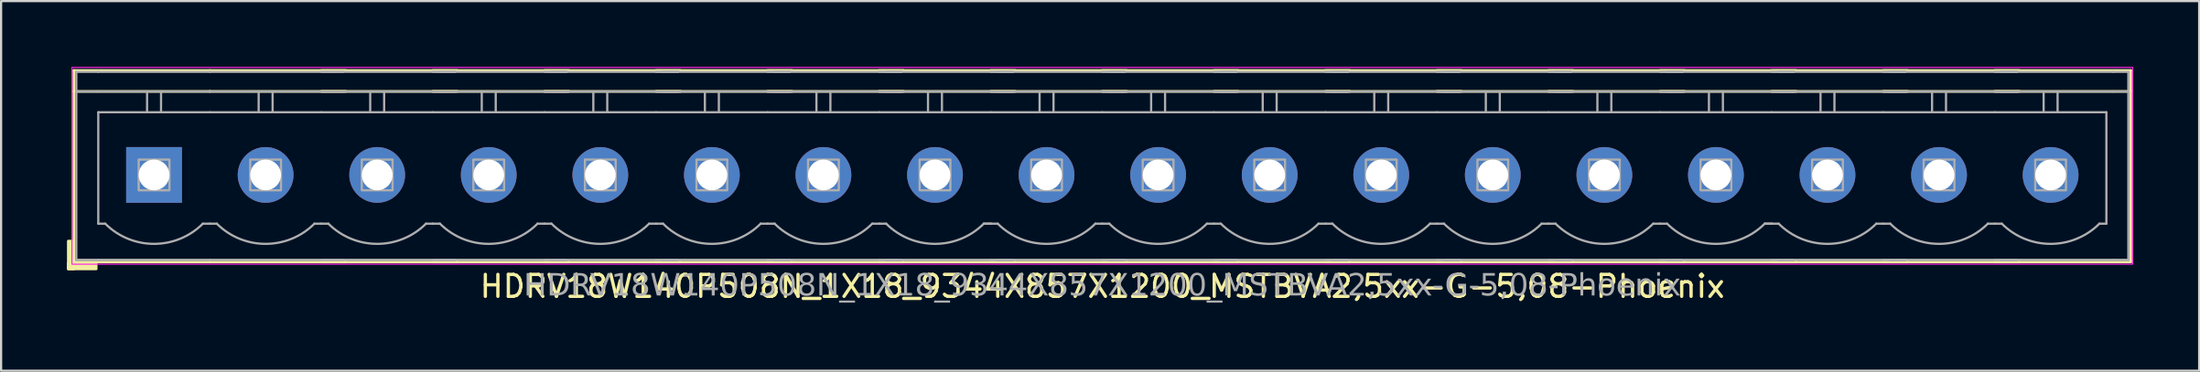
<source format=kicad_pcb>
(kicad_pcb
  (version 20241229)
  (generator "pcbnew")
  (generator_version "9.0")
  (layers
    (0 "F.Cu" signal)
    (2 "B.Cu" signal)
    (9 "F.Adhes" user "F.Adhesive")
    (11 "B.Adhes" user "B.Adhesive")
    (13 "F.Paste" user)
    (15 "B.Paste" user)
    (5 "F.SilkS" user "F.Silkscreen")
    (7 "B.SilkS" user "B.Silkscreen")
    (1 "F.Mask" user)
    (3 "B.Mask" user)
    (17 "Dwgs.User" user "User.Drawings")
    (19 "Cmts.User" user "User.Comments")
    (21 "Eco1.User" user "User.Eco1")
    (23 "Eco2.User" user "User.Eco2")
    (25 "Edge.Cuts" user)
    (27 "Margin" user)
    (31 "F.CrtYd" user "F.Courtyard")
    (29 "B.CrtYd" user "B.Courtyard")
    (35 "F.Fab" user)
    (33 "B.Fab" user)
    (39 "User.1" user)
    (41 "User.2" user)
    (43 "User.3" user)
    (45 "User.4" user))
  (footprint "HDRV18W140P508N_1X18_9344X857X1200_MSTBVA2,5xx-G-5,08-Phoenix"
    (layer "F.Cu")
    (at 47.145 4.925)
    (property "Reference" "HDRV18W140P508N_1X18_9344X857X1200_MSTBVA2,5xx-G-5,08-Phoenix" (at 0 5.08 0) (layer "F.SilkS") (effects (font (size 1 1) (thickness 0.15))))
    (attr through_hole)
    (fp_line (start -46.831 -4.763) (end -46.831 3.969) (stroke (width 0.12) (type solid)) (layer "F.SilkS"))
    (fp_line (start -46.831 -4.763) (end -40.64 -4.763) (stroke (width 0.12) (type solid)) (layer "F.SilkS"))
    (fp_line (start -46.831 -3.81) (end -40.64 -3.81) (stroke (width 0.12) (type solid)) (layer "F.SilkS"))
    (fp_line (start -46.831 3.969) (end -40.64 3.969) (stroke (width 0.12) (type solid)) (layer "F.SilkS"))
    (fp_line (start -34.449 -4.763) (end -40.64 -4.763) (stroke (width 0.12) (type solid)) (layer "F.SilkS"))
    (fp_line (start -34.449 -3.81) (end -40.64 -3.81) (stroke (width 0.12) (type solid)) (layer "F.SilkS"))
    (fp_line (start -34.449 3.969) (end -40.64 3.969) (stroke (width 0.12) (type solid)) (layer "F.SilkS"))
    (fp_line (start -29.369 -4.763) (end -35.56 -4.763) (stroke (width 0.12) (type solid)) (layer "F.SilkS"))
    (fp_line (start -29.369 -3.81) (end -35.56 -3.81) (stroke (width 0.12) (type solid)) (layer "F.SilkS"))
    (fp_line (start -29.369 3.969) (end -35.56 3.969) (stroke (width 0.12) (type solid)) (layer "F.SilkS"))
    (fp_line (start -24.289 -4.763) (end -30.48 -4.763) (stroke (width 0.12) (type solid)) (layer "F.SilkS"))
    (fp_line (start -24.289 -3.81) (end -30.48 -3.81) (stroke (width 0.12) (type solid)) (layer "F.SilkS"))
    (fp_line (start -24.289 3.969) (end -30.48 3.969) (stroke (width 0.12) (type solid)) (layer "F.SilkS"))
    (fp_line (start -19.209 -4.763) (end -25.4 -4.763) (stroke (width 0.12) (type solid)) (layer "F.SilkS"))
    (fp_line (start -19.209 -3.81) (end -25.4 -3.81) (stroke (width 0.12) (type solid)) (layer "F.SilkS"))
    (fp_line (start -19.209 3.969) (end -25.4 3.969) (stroke (width 0.12) (type solid)) (layer "F.SilkS"))
    (fp_line (start -14.129 -4.763) (end -20.32 -4.763) (stroke (width 0.12) (type solid)) (layer "F.SilkS"))
    (fp_line (start -14.129 -3.81) (end -20.32 -3.81) (stroke (width 0.12) (type solid)) (layer "F.SilkS"))
    (fp_line (start -14.129 3.969) (end -20.32 3.969) (stroke (width 0.12) (type solid)) (layer "F.SilkS"))
    (fp_line (start -9.049 -4.763) (end -15.24 -4.763) (stroke (width 0.12) (type solid)) (layer "F.SilkS"))
    (fp_line (start -9.049 -3.81) (end -15.24 -3.81) (stroke (width 0.12) (type solid)) (layer "F.SilkS"))
    (fp_line (start -9.049 3.969) (end -15.24 3.969) (stroke (width 0.12) (type solid)) (layer "F.SilkS"))
    (fp_line (start -3.969 -4.763) (end -10.16 -4.763) (stroke (width 0.12) (type solid)) (layer "F.SilkS"))
    (fp_line (start -3.969 -3.81) (end -10.16 -3.81) (stroke (width 0.12) (type solid)) (layer "F.SilkS"))
    (fp_line (start -3.969 3.969) (end -10.16 3.969) (stroke (width 0.12) (type solid)) (layer "F.SilkS"))
    (fp_line (start 1.111 -4.763) (end -5.08 -4.763) (stroke (width 0.12) (type solid)) (layer "F.SilkS"))
    (fp_line (start 1.111 -3.81) (end -5.08 -3.81) (stroke (width 0.12) (type solid)) (layer "F.SilkS"))
    (fp_line (start 1.111 3.969) (end -5.08 3.969) (stroke (width 0.12) (type solid)) (layer "F.SilkS"))
    (fp_line (start 6.191 -4.763) (end 0 -4.763) (stroke (width 0.12) (type solid)) (layer "F.SilkS"))
    (fp_line (start 6.191 -3.81) (end 0 -3.81) (stroke (width 0.12) (type solid)) (layer "F.SilkS"))
    (fp_line (start 6.191 3.969) (end 0 3.969) (stroke (width 0.12) (type solid)) (layer "F.SilkS"))
    (fp_line (start 11.271 -4.763) (end 5.08 -4.763) (stroke (width 0.12) (type solid)) (layer "F.SilkS"))
    (fp_line (start 11.271 -3.81) (end 5.08 -3.81) (stroke (width 0.12) (type solid)) (layer "F.SilkS"))
    (fp_line (start 11.271 3.969) (end 5.08 3.969) (stroke (width 0.12) (type solid)) (layer "F.SilkS"))
    (fp_line (start 16.351 -4.763) (end 10.16 -4.763) (stroke (width 0.12) (type solid)) (layer "F.SilkS"))
    (fp_line (start 16.351 -3.81) (end 10.16 -3.81) (stroke (width 0.12) (type solid)) (layer "F.SilkS"))
    (fp_line (start 16.351 3.969) (end 10.16 3.969) (stroke (width 0.12) (type solid)) (layer "F.SilkS"))
    (fp_line (start 21.431 -4.763) (end 15.24 -4.763) (stroke (width 0.12) (type solid)) (layer "F.SilkS"))
    (fp_line (start 21.431 -3.81) (end 15.24 -3.81) (stroke (width 0.12) (type solid)) (layer "F.SilkS"))
    (fp_line (start 21.431 3.969) (end 15.24 3.969) (stroke (width 0.12) (type solid)) (layer "F.SilkS"))
    (fp_line (start 26.511 -4.763) (end 20.32 -4.763) (stroke (width 0.12) (type solid)) (layer "F.SilkS"))
    (fp_line (start 26.511 -3.81) (end 20.32 -3.81) (stroke (width 0.12) (type solid)) (layer "F.SilkS"))
    (fp_line (start 26.511 3.969) (end 20.32 3.969) (stroke (width 0.12) (type solid)) (layer "F.SilkS"))
    (fp_line (start 31.591 -4.763) (end 25.4 -4.763) (stroke (width 0.12) (type solid)) (layer "F.SilkS"))
    (fp_line (start 31.591 -3.81) (end 25.4 -3.81) (stroke (width 0.12) (type solid)) (layer "F.SilkS"))
    (fp_line (start 31.591 3.969) (end 25.4 3.969) (stroke (width 0.12) (type solid)) (layer "F.SilkS"))
    (fp_line (start 36.671 -4.763) (end 30.48 -4.763) (stroke (width 0.12) (type solid)) (layer "F.SilkS"))
    (fp_line (start 36.671 -3.81) (end 30.48 -3.81) (stroke (width 0.12) (type solid)) (layer "F.SilkS"))
    (fp_line (start 36.671 3.969) (end 30.48 3.969) (stroke (width 0.12) (type solid)) (layer "F.SilkS"))
    (fp_line (start 41.751 -4.763) (end 35.56 -4.763) (stroke (width 0.12) (type solid)) (layer "F.SilkS"))
    (fp_line (start 41.751 -3.81) (end 35.56 -3.81) (stroke (width 0.12) (type solid)) (layer "F.SilkS"))
    (fp_line (start 41.751 3.969) (end 35.56 3.969) (stroke (width 0.12) (type solid)) (layer "F.SilkS"))
    (fp_line (start 46.831 -4.763) (end 40.64 -4.763) (stroke (width 0.12) (type solid)) (layer "F.SilkS"))
    (fp_line (start 46.831 -4.763) (end 46.831 3.969) (stroke (width 0.12) (type solid)) (layer "F.SilkS"))
    (fp_line (start 46.831 -3.81) (end 40.64 -3.81) (stroke (width 0.12) (type solid)) (layer "F.SilkS"))
    (fp_line (start 46.831 3.969) (end 40.64 3.969) (stroke (width 0.12) (type solid)) (layer "F.SilkS"))
    (fp_rect (start -46.831 3.016) (end -47.085 4.286) (stroke (width 0.12) (type solid)) (fill yes) (layer "F.SilkS"))
    (fp_rect (start -45.815 4.286) (end -47.085 4.032) (stroke (width 0.12) (type solid)) (fill yes) (layer "F.SilkS"))
    (fp_rect (start -46.92 -4.9) (end 46.92 4.07) (stroke (width 0.05) (type default)) (fill no) (layer "F.CrtYd"))
    (fp_line (start -46.72 -4.7) (end -46.72 3.87) (stroke (width 0.1) (type solid)) (layer "F.Fab"))
    (fp_line (start -46.72 -3.8) (end -45.72 -3.8) (stroke (width 0.1) (type solid)) (layer "F.Fab"))
    (fp_line (start -45.72 -4.7) (end -46.72 -4.7) (stroke (width 0.1) (type solid)) (layer "F.Fab"))
    (fp_line (start -45.72 -4.7) (end -40.64 -4.7) (stroke (width 0.1) (type solid)) (layer "F.Fab"))
    (fp_line (start -45.72 -2.858) (end -40.64 -2.858) (stroke (width 0.1) (type default)) (layer "F.Fab"))
    (fp_line (start -45.72 2.222) (end -45.72 -2.858) (stroke (width 0.1) (type default)) (layer "F.Fab"))
    (fp_line (start -45.72 3.87) (end -46.72 3.87) (stroke (width 0.1) (type solid)) (layer "F.Fab"))
    (fp_line (start -45.72 3.87) (end -40.64 3.87) (stroke (width 0.1) (type solid)) (layer "F.Fab"))
    (fp_line (start -45.403 2.222) (end -45.72 2.222) (stroke (width 0.1) (type default)) (layer "F.Fab"))
    (fp_line (start -43.498 -3.8) (end -43.498 -2.858) (stroke (width 0.1) (type default)) (layer "F.Fab"))
    (fp_line (start -42.862 -3.8) (end -42.862 -2.858) (stroke (width 0.1) (type default)) (layer "F.Fab"))
    (fp_line (start -40.64 -4.7) (end -35.242 -4.7) (stroke (width 0.1) (type solid)) (layer "F.Fab"))
    (fp_line (start -40.64 -3.8) (end -45.72 -3.8) (stroke (width 0.1) (type solid)) (layer "F.Fab"))
    (fp_line (start -40.64 -2.858) (end -35.56 -2.858) (stroke (width 0.1) (type default)) (layer "F.Fab"))
    (fp_line (start -40.64 2.222) (end -40.958 2.222) (stroke (width 0.1) (type default)) (layer "F.Fab"))
    (fp_line (start -40.64 3.87) (end -35.242 3.87) (stroke (width 0.1) (type solid)) (layer "F.Fab"))
    (fp_line (start -40.322 2.222) (end -40.64 2.222) (stroke (width 0.1) (type default)) (layer "F.Fab"))
    (fp_line (start -38.417 -3.8) (end -38.417 -2.858) (stroke (width 0.1) (type default)) (layer "F.Fab"))
    (fp_line (start -37.782 -3.8) (end -37.782 -2.858) (stroke (width 0.1) (type default)) (layer "F.Fab"))
    (fp_line (start -35.56 -4.7) (end -30.163 -4.7) (stroke (width 0.1) (type solid)) (layer "F.Fab"))
    (fp_line (start -35.56 -2.858) (end -30.48 -2.858) (stroke (width 0.1) (type default)) (layer "F.Fab"))
    (fp_line (start -35.56 2.222) (end -35.877 2.222) (stroke (width 0.1) (type default)) (layer "F.Fab"))
    (fp_line (start -35.56 3.87) (end -30.163 3.87) (stroke (width 0.1) (type solid)) (layer "F.Fab"))
    (fp_line (start -35.242 -4.7) (end -34.56 -4.7) (stroke (width 0.1) (type solid)) (layer "F.Fab"))
    (fp_line (start -35.242 -3.8) (end -40.64 -3.8) (stroke (width 0.1) (type solid)) (layer "F.Fab"))
    (fp_line (start -35.242 2.222) (end -35.56 2.222) (stroke (width 0.1) (type default)) (layer "F.Fab"))
    (fp_line (start -35.242 3.87) (end -34.56 3.87) (stroke (width 0.1) (type solid)) (layer "F.Fab"))
    (fp_line (start -34.56 -3.8) (end -35.242 -3.8) (stroke (width 0.1) (type solid)) (layer "F.Fab"))
    (fp_line (start -33.337 -3.8) (end -33.337 -2.858) (stroke (width 0.1) (type default)) (layer "F.Fab"))
    (fp_line (start -32.703 -3.8) (end -32.703 -2.858) (stroke (width 0.1) (type default)) (layer "F.Fab"))
    (fp_line (start -30.48 -4.7) (end -25.082 -4.7) (stroke (width 0.1) (type solid)) (layer "F.Fab"))
    (fp_line (start -30.48 -2.858) (end -25.4 -2.858) (stroke (width 0.1) (type default)) (layer "F.Fab"))
    (fp_line (start -30.48 2.222) (end -30.797 2.222) (stroke (width 0.1) (type default)) (layer "F.Fab"))
    (fp_line (start -30.48 3.87) (end -25.082 3.87) (stroke (width 0.1) (type solid)) (layer "F.Fab"))
    (fp_line (start -30.163 -4.7) (end -29.48 -4.7) (stroke (width 0.1) (type solid)) (layer "F.Fab"))
    (fp_line (start -30.163 -4.7) (end -29.48 -4.7) (stroke (width 0.1) (type solid)) (layer "F.Fab"))
    (fp_line (start -30.163 -3.8) (end -35.56 -3.8) (stroke (width 0.1) (type solid)) (layer "F.Fab"))
    (fp_line (start -30.163 2.222) (end -30.48 2.222) (stroke (width 0.1) (type default)) (layer "F.Fab"))
    (fp_line (start -30.163 3.87) (end -29.48 3.87) (stroke (width 0.1) (type solid)) (layer "F.Fab"))
    (fp_line (start -30.163 3.87) (end -29.48 3.87) (stroke (width 0.1) (type solid)) (layer "F.Fab"))
    (fp_line (start -29.48 -3.8) (end -30.163 -3.8) (stroke (width 0.1) (type solid)) (layer "F.Fab"))
    (fp_line (start -29.48 -3.8) (end -30.163 -3.8) (stroke (width 0.1) (type solid)) (layer "F.Fab"))
    (fp_line (start -28.258 -3.8) (end -28.258 -2.858) (stroke (width 0.1) (type default)) (layer "F.Fab"))
    (fp_line (start -27.622 -3.8) (end -27.622 -2.858) (stroke (width 0.1) (type default)) (layer "F.Fab"))
    (fp_line (start -25.4 -4.7) (end -20.003 -4.7) (stroke (width 0.1) (type solid)) (layer "F.Fab"))
    (fp_line (start -25.4 -2.858) (end -20.32 -2.858) (stroke (width 0.1) (type default)) (layer "F.Fab"))
    (fp_line (start -25.4 2.222) (end -25.718 2.222) (stroke (width 0.1) (type default)) (layer "F.Fab"))
    (fp_line (start -25.4 3.87) (end -20.003 3.87) (stroke (width 0.1) (type solid)) (layer "F.Fab"))
    (fp_line (start -25.082 -4.7) (end -24.4 -4.7) (stroke (width 0.1) (type solid)) (layer "F.Fab"))
    (fp_line (start -25.082 -4.7) (end -24.4 -4.7) (stroke (width 0.1) (type solid)) (layer "F.Fab"))
    (fp_line (start -25.082 -4.7) (end -24.4 -4.7) (stroke (width 0.1) (type solid)) (layer "F.Fab"))
    (fp_line (start -25.082 -3.8) (end -30.48 -3.8) (stroke (width 0.1) (type solid)) (layer "F.Fab"))
    (fp_line (start -25.082 2.222) (end -25.4 2.222) (stroke (width 0.1) (type default)) (layer "F.Fab"))
    (fp_line (start -25.082 3.87) (end -24.4 3.87) (stroke (width 0.1) (type solid)) (layer "F.Fab"))
    (fp_line (start -25.082 3.87) (end -24.4 3.87) (stroke (width 0.1) (type solid)) (layer "F.Fab"))
    (fp_line (start -25.082 3.87) (end -24.4 3.87) (stroke (width 0.1) (type solid)) (layer "F.Fab"))
    (fp_line (start -24.4 -3.8) (end -25.082 -3.8) (stroke (width 0.1) (type solid)) (layer "F.Fab"))
    (fp_line (start -24.4 -3.8) (end -25.082 -3.8) (stroke (width 0.1) (type solid)) (layer "F.Fab"))
    (fp_line (start -24.4 -3.8) (end -25.082 -3.8) (stroke (width 0.1) (type solid)) (layer "F.Fab"))
    (fp_line (start -23.177 -3.8) (end -23.177 -2.858) (stroke (width 0.1) (type default)) (layer "F.Fab"))
    (fp_line (start -22.543 -3.8) (end -22.543 -2.858) (stroke (width 0.1) (type default)) (layer "F.Fab"))
    (fp_line (start -20.32 -4.7) (end -14.922 -4.7) (stroke (width 0.1) (type solid)) (layer "F.Fab"))
    (fp_line (start -20.32 -2.858) (end -15.24 -2.858) (stroke (width 0.1) (type default)) (layer "F.Fab"))
    (fp_line (start -20.32 2.222) (end -20.637 2.222) (stroke (width 0.1) (type default)) (layer "F.Fab"))
    (fp_line (start -20.32 3.87) (end -14.922 3.87) (stroke (width 0.1) (type solid)) (layer "F.Fab"))
    (fp_line (start -20.003 -4.7) (end -19.32 -4.7) (stroke (width 0.1) (type solid)) (layer "F.Fab"))
    (fp_line (start -20.003 -4.7) (end -19.32 -4.7) (stroke (width 0.1) (type solid)) (layer "F.Fab"))
    (fp_line (start -20.003 -4.7) (end -19.32 -4.7) (stroke (width 0.1) (type solid)) (layer "F.Fab"))
    (fp_line (start -20.003 -4.7) (end -19.32 -4.7) (stroke (width 0.1) (type solid)) (layer "F.Fab"))
    (fp_line (start -20.003 -3.8) (end -25.4 -3.8) (stroke (width 0.1) (type solid)) (layer "F.Fab"))
    (fp_line (start -20.003 2.222) (end -20.32 2.222) (stroke (width 0.1) (type default)) (layer "F.Fab"))
    (fp_line (start -20.003 3.87) (end -19.32 3.87) (stroke (width 0.1) (type solid)) (layer "F.Fab"))
    (fp_line (start -20.003 3.87) (end -19.32 3.87) (stroke (width 0.1) (type solid)) (layer "F.Fab"))
    (fp_line (start -20.003 3.87) (end -19.32 3.87) (stroke (width 0.1) (type solid)) (layer "F.Fab"))
    (fp_line (start -20.003 3.87) (end -19.32 3.87) (stroke (width 0.1) (type solid)) (layer "F.Fab"))
    (fp_line (start -19.32 -3.8) (end -20.003 -3.8) (stroke (width 0.1) (type solid)) (layer "F.Fab"))
    (fp_line (start -19.32 -3.8) (end -20.003 -3.8) (stroke (width 0.1) (type solid)) (layer "F.Fab"))
    (fp_line (start -19.32 -3.8) (end -20.003 -3.8) (stroke (width 0.1) (type solid)) (layer "F.Fab"))
    (fp_line (start -19.32 -3.8) (end -20.003 -3.8) (stroke (width 0.1) (type solid)) (layer "F.Fab"))
    (fp_line (start -18.098 -3.8) (end -18.098 -2.858) (stroke (width 0.1) (type default)) (layer "F.Fab"))
    (fp_line (start -17.462 -3.8) (end -17.462 -2.858) (stroke (width 0.1) (type default)) (layer "F.Fab"))
    (fp_line (start -15.24 -4.7) (end -9.842 -4.7) (stroke (width 0.1) (type solid)) (layer "F.Fab"))
    (fp_line (start -15.24 -2.858) (end -10.16 -2.858) (stroke (width 0.1) (type default)) (layer "F.Fab"))
    (fp_line (start -15.24 2.222) (end -15.557 2.222) (stroke (width 0.1) (type default)) (layer "F.Fab"))
    (fp_line (start -15.24 3.87) (end -9.842 3.87) (stroke (width 0.1) (type solid)) (layer "F.Fab"))
    (fp_line (start -14.922 -4.7) (end -14.24 -4.7) (stroke (width 0.1) (type solid)) (layer "F.Fab"))
    (fp_line (start -14.922 -4.7) (end -14.24 -4.7) (stroke (width 0.1) (type solid)) (layer "F.Fab"))
    (fp_line (start -14.922 -4.7) (end -14.24 -4.7) (stroke (width 0.1) (type solid)) (layer "F.Fab"))
    (fp_line (start -14.922 -4.7) (end -14.24 -4.7) (stroke (width 0.1) (type solid)) (layer "F.Fab"))
    (fp_line (start -14.922 -4.7) (end -14.24 -4.7) (stroke (width 0.1) (type solid)) (layer "F.Fab"))
    (fp_line (start -14.922 -3.8) (end -20.32 -3.8) (stroke (width 0.1) (type solid)) (layer "F.Fab"))
    (fp_line (start -14.922 2.222) (end -15.24 2.222) (stroke (width 0.1) (type default)) (layer "F.Fab"))
    (fp_line (start -14.922 3.87) (end -14.24 3.87) (stroke (width 0.1) (type solid)) (layer "F.Fab"))
    (fp_line (start -14.922 3.87) (end -14.24 3.87) (stroke (width 0.1) (type solid)) (layer "F.Fab"))
    (fp_line (start -14.922 3.87) (end -14.24 3.87) (stroke (width 0.1) (type solid)) (layer "F.Fab"))
    (fp_line (start -14.922 3.87) (end -14.24 3.87) (stroke (width 0.1) (type solid)) (layer "F.Fab"))
    (fp_line (start -14.922 3.87) (end -14.24 3.87) (stroke (width 0.1) (type solid)) (layer "F.Fab"))
    (fp_line (start -14.24 -3.8) (end -14.922 -3.8) (stroke (width 0.1) (type solid)) (layer "F.Fab"))
    (fp_line (start -14.24 -3.8) (end -14.922 -3.8) (stroke (width 0.1) (type solid)) (layer "F.Fab"))
    (fp_line (start -14.24 -3.8) (end -14.922 -3.8) (stroke (width 0.1) (type solid)) (layer "F.Fab"))
    (fp_line (start -14.24 -3.8) (end -14.922 -3.8) (stroke (width 0.1) (type solid)) (layer "F.Fab"))
    (fp_line (start -14.24 -3.8) (end -14.922 -3.8) (stroke (width 0.1) (type solid)) (layer "F.Fab"))
    (fp_line (start -13.018 -3.8) (end -13.018 -2.858) (stroke (width 0.1) (type default)) (layer "F.Fab"))
    (fp_line (start -12.383 -3.8) (end -12.383 -2.858) (stroke (width 0.1) (type default)) (layer "F.Fab"))
    (fp_line (start -10.16 -4.7) (end -4.763 -4.7) (stroke (width 0.1) (type solid)) (layer "F.Fab"))
    (fp_line (start -10.16 -2.858) (end -5.08 -2.858) (stroke (width 0.1) (type default)) (layer "F.Fab"))
    (fp_line (start -10.16 2.222) (end -10.477 2.222) (stroke (width 0.1) (type default)) (layer "F.Fab"))
    (fp_line (start -10.16 3.87) (end -4.763 3.87) (stroke (width 0.1) (type solid)) (layer "F.Fab"))
    (fp_line (start -9.842 -4.7) (end -9.16 -4.7) (stroke (width 0.1) (type solid)) (layer "F.Fab"))
    (fp_line (start -9.842 -4.7) (end -9.16 -4.7) (stroke (width 0.1) (type solid)) (layer "F.Fab"))
    (fp_line (start -9.842 -4.7) (end -9.16 -4.7) (stroke (width 0.1) (type solid)) (layer "F.Fab"))
    (fp_line (start -9.842 -4.7) (end -9.16 -4.7) (stroke (width 0.1) (type solid)) (layer "F.Fab"))
    (fp_line (start -9.842 -4.7) (end -9.16 -4.7) (stroke (width 0.1) (type solid)) (layer "F.Fab"))
    (fp_line (start -9.842 -4.7) (end -9.16 -4.7) (stroke (width 0.1) (type solid)) (layer "F.Fab"))
    (fp_line (start -9.842 -3.8) (end -15.24 -3.8) (stroke (width 0.1) (type solid)) (layer "F.Fab"))
    (fp_line (start -9.842 2.222) (end -10.16 2.222) (stroke (width 0.1) (type default)) (layer "F.Fab"))
    (fp_line (start -9.842 3.87) (end -9.16 3.87) (stroke (width 0.1) (type solid)) (layer "F.Fab"))
    (fp_line (start -9.842 3.87) (end -9.16 3.87) (stroke (width 0.1) (type solid)) (layer "F.Fab"))
    (fp_line (start -9.842 3.87) (end -9.16 3.87) (stroke (width 0.1) (type solid)) (layer "F.Fab"))
    (fp_line (start -9.842 3.87) (end -9.16 3.87) (stroke (width 0.1) (type solid)) (layer "F.Fab"))
    (fp_line (start -9.842 3.87) (end -9.16 3.87) (stroke (width 0.1) (type solid)) (layer "F.Fab"))
    (fp_line (start -9.842 3.87) (end -9.16 3.87) (stroke (width 0.1) (type solid)) (layer "F.Fab"))
    (fp_line (start -9.16 -3.8) (end -9.842 -3.8) (stroke (width 0.1) (type solid)) (layer "F.Fab"))
    (fp_line (start -9.16 -3.8) (end -9.842 -3.8) (stroke (width 0.1) (type solid)) (layer "F.Fab"))
    (fp_line (start -9.16 -3.8) (end -9.842 -3.8) (stroke (width 0.1) (type solid)) (layer "F.Fab"))
    (fp_line (start -9.16 -3.8) (end -9.842 -3.8) (stroke (width 0.1) (type solid)) (layer "F.Fab"))
    (fp_line (start -9.16 -3.8) (end -9.842 -3.8) (stroke (width 0.1) (type solid)) (layer "F.Fab"))
    (fp_line (start -9.16 -3.8) (end -9.842 -3.8) (stroke (width 0.1) (type solid)) (layer "F.Fab"))
    (fp_line (start -7.938 -3.8) (end -7.938 -2.858) (stroke (width 0.1) (type default)) (layer "F.Fab"))
    (fp_line (start -7.303 -3.8) (end -7.303 -2.858) (stroke (width 0.1) (type default)) (layer "F.Fab"))
    (fp_line (start -5.08 -4.7) (end 0.318 -4.7) (stroke (width 0.1) (type solid)) (layer "F.Fab"))
    (fp_line (start -5.08 -2.858) (end 0 -2.858) (stroke (width 0.1) (type default)) (layer "F.Fab"))
    (fp_line (start -5.08 2.222) (end -5.397 2.222) (stroke (width 0.1) (type default)) (layer "F.Fab"))
    (fp_line (start -5.08 2.222) (end -5.397 2.222) (stroke (width 0.1) (type default)) (layer "F.Fab"))
    (fp_line (start -5.08 3.87) (end 0.318 3.87) (stroke (width 0.1) (type solid)) (layer "F.Fab"))
    (fp_line (start -4.763 -4.7) (end -4.08 -4.7) (stroke (width 0.1) (type solid)) (layer "F.Fab"))
    (fp_line (start -4.763 -4.7) (end -4.08 -4.7) (stroke (width 0.1) (type solid)) (layer "F.Fab"))
    (fp_line (start -4.763 -4.7) (end -4.08 -4.7) (stroke (width 0.1) (type solid)) (layer "F.Fab"))
    (fp_line (start -4.763 -4.7) (end -4.08 -4.7) (stroke (width 0.1) (type solid)) (layer "F.Fab"))
    (fp_line (start -4.763 -4.7) (end -4.08 -4.7) (stroke (width 0.1) (type solid)) (layer "F.Fab"))
    (fp_line (start -4.763 -4.7) (end -4.08 -4.7) (stroke (width 0.1) (type solid)) (layer "F.Fab"))
    (fp_line (start -4.763 -4.7) (end -4.08 -4.7) (stroke (width 0.1) (type solid)) (layer "F.Fab"))
    (fp_line (start -4.763 -3.8) (end -10.16 -3.8) (stroke (width 0.1) (type solid)) (layer "F.Fab"))
    (fp_line (start -4.763 2.222) (end -5.08 2.222) (stroke (width 0.1) (type default)) (layer "F.Fab"))
    (fp_line (start -4.763 3.87) (end -4.08 3.87) (stroke (width 0.1) (type solid)) (layer "F.Fab"))
    (fp_line (start -4.763 3.87) (end -4.08 3.87) (stroke (width 0.1) (type solid)) (layer "F.Fab"))
    (fp_line (start -4.763 3.87) (end -4.08 3.87) (stroke (width 0.1) (type solid)) (layer "F.Fab"))
    (fp_line (start -4.763 3.87) (end -4.08 3.87) (stroke (width 0.1) (type solid)) (layer "F.Fab"))
    (fp_line (start -4.763 3.87) (end -4.08 3.87) (stroke (width 0.1) (type solid)) (layer "F.Fab"))
    (fp_line (start -4.763 3.87) (end -4.08 3.87) (stroke (width 0.1) (type solid)) (layer "F.Fab"))
    (fp_line (start -4.763 3.87) (end -4.08 3.87) (stroke (width 0.1) (type solid)) (layer "F.Fab"))
    (fp_line (start -4.08 -3.8) (end -4.763 -3.8) (stroke (width 0.1) (type solid)) (layer "F.Fab"))
    (fp_line (start -4.08 -3.8) (end -4.763 -3.8) (stroke (width 0.1) (type solid)) (layer "F.Fab"))
    (fp_line (start -4.08 -3.8) (end -4.763 -3.8) (stroke (width 0.1) (type solid)) (layer "F.Fab"))
    (fp_line (start -4.08 -3.8) (end -4.763 -3.8) (stroke (width 0.1) (type solid)) (layer "F.Fab"))
    (fp_line (start -4.08 -3.8) (end -4.763 -3.8) (stroke (width 0.1) (type solid)) (layer "F.Fab"))
    (fp_line (start -4.08 -3.8) (end -4.763 -3.8) (stroke (width 0.1) (type solid)) (layer "F.Fab"))
    (fp_line (start -4.08 -3.8) (end -4.763 -3.8) (stroke (width 0.1) (type solid)) (layer "F.Fab"))
    (fp_line (start -2.857 -3.8) (end -2.857 -2.858) (stroke (width 0.1) (type default)) (layer "F.Fab"))
    (fp_line (start -2.223 -3.8) (end -2.223 -2.858) (stroke (width 0.1) (type default)) (layer "F.Fab"))
    (fp_line (start 0 -4.7) (end 5.397 -4.7) (stroke (width 0.1) (type solid)) (layer "F.Fab"))
    (fp_line (start 0 -2.858) (end 5.08 -2.858) (stroke (width 0.1) (type default)) (layer "F.Fab"))
    (fp_line (start 0 2.222) (end -0.318 2.222) (stroke (width 0.1) (type default)) (layer "F.Fab"))
    (fp_line (start 0 3.87) (end 5.397 3.87) (stroke (width 0.1) (type solid)) (layer "F.Fab"))
    (fp_line (start 0.318 -4.7) (end 1 -4.7) (stroke (width 0.1) (type solid)) (layer "F.Fab"))
    (fp_line (start 0.318 -4.7) (end 1 -4.7) (stroke (width 0.1) (type solid)) (layer "F.Fab"))
    (fp_line (start 0.318 -4.7) (end 1 -4.7) (stroke (width 0.1) (type solid)) (layer "F.Fab"))
    (fp_line (start 0.318 -4.7) (end 1 -4.7) (stroke (width 0.1) (type solid)) (layer "F.Fab"))
    (fp_line (start 0.318 -4.7) (end 1 -4.7) (stroke (width 0.1) (type solid)) (layer "F.Fab"))
    (fp_line (start 0.318 -4.7) (end 1 -4.7) (stroke (width 0.1) (type solid)) (layer "F.Fab"))
    (fp_line (start 0.318 -4.7) (end 1 -4.7) (stroke (width 0.1) (type solid)) (layer "F.Fab"))
    (fp_line (start 0.318 -4.7) (end 1 -4.7) (stroke (width 0.1) (type solid)) (layer "F.Fab"))
    (fp_line (start 0.318 -3.8) (end -5.08 -3.8) (stroke (width 0.1) (type solid)) (layer "F.Fab"))
    (fp_line (start 0.318 2.222) (end 0 2.222) (stroke (width 0.1) (type default)) (layer "F.Fab"))
    (fp_line (start 0.318 3.87) (end 1 3.87) (stroke (width 0.1) (type solid)) (layer "F.Fab"))
    (fp_line (start 0.318 3.87) (end 1 3.87) (stroke (width 0.1) (type solid)) (layer "F.Fab"))
    (fp_line (start 0.318 3.87) (end 1 3.87) (stroke (width 0.1) (type solid)) (layer "F.Fab"))
    (fp_line (start 0.318 3.87) (end 1 3.87) (stroke (width 0.1) (type solid)) (layer "F.Fab"))
    (fp_line (start 0.318 3.87) (end 1 3.87) (stroke (width 0.1) (type solid)) (layer "F.Fab"))
    (fp_line (start 0.318 3.87) (end 1 3.87) (stroke (width 0.1) (type solid)) (layer "F.Fab"))
    (fp_line (start 0.318 3.87) (end 1 3.87) (stroke (width 0.1) (type solid)) (layer "F.Fab"))
    (fp_line (start 0.318 3.87) (end 1 3.87) (stroke (width 0.1) (type solid)) (layer "F.Fab"))
    (fp_line (start 1 -3.8) (end 0.318 -3.8) (stroke (width 0.1) (type solid)) (layer "F.Fab"))
    (fp_line (start 1 -3.8) (end 0.318 -3.8) (stroke (width 0.1) (type solid)) (layer "F.Fab"))
    (fp_line (start 1 -3.8) (end 0.318 -3.8) (stroke (width 0.1) (type solid)) (layer "F.Fab"))
    (fp_line (start 1 -3.8) (end 0.318 -3.8) (stroke (width 0.1) (type solid)) (layer "F.Fab"))
    (fp_line (start 1 -3.8) (end 0.318 -3.8) (stroke (width 0.1) (type solid)) (layer "F.Fab"))
    (fp_line (start 1 -3.8) (end 0.318 -3.8) (stroke (width 0.1) (type solid)) (layer "F.Fab"))
    (fp_line (start 1 -3.8) (end 0.318 -3.8) (stroke (width 0.1) (type solid)) (layer "F.Fab"))
    (fp_line (start 1 -3.8) (end 0.318 -3.8) (stroke (width 0.1) (type solid)) (layer "F.Fab"))
    (fp_line (start 2.223 -3.8) (end 2.223 -2.858) (stroke (width 0.1) (type default)) (layer "F.Fab"))
    (fp_line (start 2.857 -3.8) (end 2.857 -2.858) (stroke (width 0.1) (type default)) (layer "F.Fab"))
    (fp_line (start 5.08 -4.7) (end 10.477 -4.7) (stroke (width 0.1) (type solid)) (layer "F.Fab"))
    (fp_line (start 5.08 -2.858) (end 10.16 -2.858) (stroke (width 0.1) (type default)) (layer "F.Fab"))
    (fp_line (start 5.08 2.222) (end 4.763 2.222) (stroke (width 0.1) (type default)) (layer "F.Fab"))
    (fp_line (start 5.08 3.87) (end 10.477 3.87) (stroke (width 0.1) (type solid)) (layer "F.Fab"))
    (fp_line (start 5.397 -4.7) (end 6.08 -4.7) (stroke (width 0.1) (type solid)) (layer "F.Fab"))
    (fp_line (start 5.397 -4.7) (end 6.08 -4.7) (stroke (width 0.1) (type solid)) (layer "F.Fab"))
    (fp_line (start 5.397 -4.7) (end 6.08 -4.7) (stroke (width 0.1) (type solid)) (layer "F.Fab"))
    (fp_line (start 5.397 -4.7) (end 6.08 -4.7) (stroke (width 0.1) (type solid)) (layer "F.Fab"))
    (fp_line (start 5.397 -4.7) (end 6.08 -4.7) (stroke (width 0.1) (type solid)) (layer "F.Fab"))
    (fp_line (start 5.397 -4.7) (end 6.08 -4.7) (stroke (width 0.1) (type solid)) (layer "F.Fab"))
    (fp_line (start 5.397 -4.7) (end 6.08 -4.7) (stroke (width 0.1) (type solid)) (layer "F.Fab"))
    (fp_line (start 5.397 -4.7) (end 6.08 -4.7) (stroke (width 0.1) (type solid)) (layer "F.Fab"))
    (fp_line (start 5.397 -4.7) (end 6.08 -4.7) (stroke (width 0.1) (type solid)) (layer "F.Fab"))
    (fp_line (start 5.397 -3.8) (end 0 -3.8) (stroke (width 0.1) (type solid)) (layer "F.Fab"))
    (fp_line (start 5.397 2.222) (end 5.08 2.222) (stroke (width 0.1) (type default)) (layer "F.Fab"))
    (fp_line (start 5.397 3.87) (end 6.08 3.87) (stroke (width 0.1) (type solid)) (layer "F.Fab"))
    (fp_line (start 5.397 3.87) (end 6.08 3.87) (stroke (width 0.1) (type solid)) (layer "F.Fab"))
    (fp_line (start 5.397 3.87) (end 6.08 3.87) (stroke (width 0.1) (type solid)) (layer "F.Fab"))
    (fp_line (start 5.397 3.87) (end 6.08 3.87) (stroke (width 0.1) (type solid)) (layer "F.Fab"))
    (fp_line (start 5.397 3.87) (end 6.08 3.87) (stroke (width 0.1) (type solid)) (layer "F.Fab"))
    (fp_line (start 5.397 3.87) (end 6.08 3.87) (stroke (width 0.1) (type solid)) (layer "F.Fab"))
    (fp_line (start 5.397 3.87) (end 6.08 3.87) (stroke (width 0.1) (type solid)) (layer "F.Fab"))
    (fp_line (start 5.397 3.87) (end 6.08 3.87) (stroke (width 0.1) (type solid)) (layer "F.Fab"))
    (fp_line (start 5.397 3.87) (end 6.08 3.87) (stroke (width 0.1) (type solid)) (layer "F.Fab"))
    (fp_line (start 6.08 -3.8) (end 5.397 -3.8) (stroke (width 0.1) (type solid)) (layer "F.Fab"))
    (fp_line (start 6.08 -3.8) (end 5.397 -3.8) (stroke (width 0.1) (type solid)) (layer "F.Fab"))
    (fp_line (start 6.08 -3.8) (end 5.397 -3.8) (stroke (width 0.1) (type solid)) (layer "F.Fab"))
    (fp_line (start 6.08 -3.8) (end 5.397 -3.8) (stroke (width 0.1) (type solid)) (layer "F.Fab"))
    (fp_line (start 6.08 -3.8) (end 5.397 -3.8) (stroke (width 0.1) (type solid)) (layer "F.Fab"))
    (fp_line (start 6.08 -3.8) (end 5.397 -3.8) (stroke (width 0.1) (type solid)) (layer "F.Fab"))
    (fp_line (start 6.08 -3.8) (end 5.397 -3.8) (stroke (width 0.1) (type solid)) (layer "F.Fab"))
    (fp_line (start 6.08 -3.8) (end 5.397 -3.8) (stroke (width 0.1) (type solid)) (layer "F.Fab"))
    (fp_line (start 6.08 -3.8) (end 5.397 -3.8) (stroke (width 0.1) (type solid)) (layer "F.Fab"))
    (fp_line (start 7.303 -3.8) (end 7.303 -2.858) (stroke (width 0.1) (type default)) (layer "F.Fab"))
    (fp_line (start 7.938 -3.8) (end 7.938 -2.858) (stroke (width 0.1) (type default)) (layer "F.Fab"))
    (fp_line (start 10.16 -4.7) (end 15.557 -4.7) (stroke (width 0.1) (type solid)) (layer "F.Fab"))
    (fp_line (start 10.16 -2.858) (end 15.24 -2.858) (stroke (width 0.1) (type default)) (layer "F.Fab"))
    (fp_line (start 10.16 2.222) (end 9.842 2.222) (stroke (width 0.1) (type default)) (layer "F.Fab"))
    (fp_line (start 10.16 3.87) (end 15.557 3.87) (stroke (width 0.1) (type solid)) (layer "F.Fab"))
    (fp_line (start 10.477 -4.7) (end 11.16 -4.7) (stroke (width 0.1) (type solid)) (layer "F.Fab"))
    (fp_line (start 10.477 -4.7) (end 11.16 -4.7) (stroke (width 0.1) (type solid)) (layer "F.Fab"))
    (fp_line (start 10.477 -4.7) (end 11.16 -4.7) (stroke (width 0.1) (type solid)) (layer "F.Fab"))
    (fp_line (start 10.477 -4.7) (end 11.16 -4.7) (stroke (width 0.1) (type solid)) (layer "F.Fab"))
    (fp_line (start 10.477 -4.7) (end 11.16 -4.7) (stroke (width 0.1) (type solid)) (layer "F.Fab"))
    (fp_line (start 10.477 -4.7) (end 11.16 -4.7) (stroke (width 0.1) (type solid)) (layer "F.Fab"))
    (fp_line (start 10.477 -4.7) (end 11.16 -4.7) (stroke (width 0.1) (type solid)) (layer "F.Fab"))
    (fp_line (start 10.477 -4.7) (end 11.16 -4.7) (stroke (width 0.1) (type solid)) (layer "F.Fab"))
    (fp_line (start 10.477 -4.7) (end 11.16 -4.7) (stroke (width 0.1) (type solid)) (layer "F.Fab"))
    (fp_line (start 10.477 -4.7) (end 11.16 -4.7) (stroke (width 0.1) (type solid)) (layer "F.Fab"))
    (fp_line (start 10.477 -3.8) (end 5.08 -3.8) (stroke (width 0.1) (type solid)) (layer "F.Fab"))
    (fp_line (start 10.477 2.222) (end 10.16 2.222) (stroke (width 0.1) (type default)) (layer "F.Fab"))
    (fp_line (start 10.477 3.87) (end 11.16 3.87) (stroke (width 0.1) (type solid)) (layer "F.Fab"))
    (fp_line (start 10.477 3.87) (end 11.16 3.87) (stroke (width 0.1) (type solid)) (layer "F.Fab"))
    (fp_line (start 10.477 3.87) (end 11.16 3.87) (stroke (width 0.1) (type solid)) (layer "F.Fab"))
    (fp_line (start 10.477 3.87) (end 11.16 3.87) (stroke (width 0.1) (type solid)) (layer "F.Fab"))
    (fp_line (start 10.477 3.87) (end 11.16 3.87) (stroke (width 0.1) (type solid)) (layer "F.Fab"))
    (fp_line (start 10.477 3.87) (end 11.16 3.87) (stroke (width 0.1) (type solid)) (layer "F.Fab"))
    (fp_line (start 10.477 3.87) (end 11.16 3.87) (stroke (width 0.1) (type solid)) (layer "F.Fab"))
    (fp_line (start 10.477 3.87) (end 11.16 3.87) (stroke (width 0.1) (type solid)) (layer "F.Fab"))
    (fp_line (start 10.477 3.87) (end 11.16 3.87) (stroke (width 0.1) (type solid)) (layer "F.Fab"))
    (fp_line (start 10.477 3.87) (end 11.16 3.87) (stroke (width 0.1) (type solid)) (layer "F.Fab"))
    (fp_line (start 11.16 -3.8) (end 10.477 -3.8) (stroke (width 0.1) (type solid)) (layer "F.Fab"))
    (fp_line (start 11.16 -3.8) (end 10.477 -3.8) (stroke (width 0.1) (type solid)) (layer "F.Fab"))
    (fp_line (start 11.16 -3.8) (end 10.477 -3.8) (stroke (width 0.1) (type solid)) (layer "F.Fab"))
    (fp_line (start 11.16 -3.8) (end 10.477 -3.8) (stroke (width 0.1) (type solid)) (layer "F.Fab"))
    (fp_line (start 11.16 -3.8) (end 10.477 -3.8) (stroke (width 0.1) (type solid)) (layer "F.Fab"))
    (fp_line (start 11.16 -3.8) (end 10.477 -3.8) (stroke (width 0.1) (type solid)) (layer "F.Fab"))
    (fp_line (start 11.16 -3.8) (end 10.477 -3.8) (stroke (width 0.1) (type solid)) (layer "F.Fab"))
    (fp_line (start 11.16 -3.8) (end 10.477 -3.8) (stroke (width 0.1) (type solid)) (layer "F.Fab"))
    (fp_line (start 11.16 -3.8) (end 10.477 -3.8) (stroke (width 0.1) (type solid)) (layer "F.Fab"))
    (fp_line (start 11.16 -3.8) (end 10.477 -3.8) (stroke (width 0.1) (type solid)) (layer "F.Fab"))
    (fp_line (start 12.383 -3.8) (end 12.383 -2.858) (stroke (width 0.1) (type default)) (layer "F.Fab"))
    (fp_line (start 13.018 -3.8) (end 13.018 -2.858) (stroke (width 0.1) (type default)) (layer "F.Fab"))
    (fp_line (start 15.24 -4.7) (end 20.637 -4.7) (stroke (width 0.1) (type solid)) (layer "F.Fab"))
    (fp_line (start 15.24 -2.858) (end 20.32 -2.858) (stroke (width 0.1) (type default)) (layer "F.Fab"))
    (fp_line (start 15.24 2.222) (end 14.922 2.222) (stroke (width 0.1) (type default)) (layer "F.Fab"))
    (fp_line (start 15.24 3.87) (end 20.637 3.87) (stroke (width 0.1) (type solid)) (layer "F.Fab"))
    (fp_line (start 15.557 -4.7) (end 16.24 -4.7) (stroke (width 0.1) (type solid)) (layer "F.Fab"))
    (fp_line (start 15.557 -4.7) (end 16.24 -4.7) (stroke (width 0.1) (type solid)) (layer "F.Fab"))
    (fp_line (start 15.557 -4.7) (end 16.24 -4.7) (stroke (width 0.1) (type solid)) (layer "F.Fab"))
    (fp_line (start 15.557 -4.7) (end 16.24 -4.7) (stroke (width 0.1) (type solid)) (layer "F.Fab"))
    (fp_line (start 15.557 -4.7) (end 16.24 -4.7) (stroke (width 0.1) (type solid)) (layer "F.Fab"))
    (fp_line (start 15.557 -4.7) (end 16.24 -4.7) (stroke (width 0.1) (type solid)) (layer "F.Fab"))
    (fp_line (start 15.557 -4.7) (end 16.24 -4.7) (stroke (width 0.1) (type solid)) (layer "F.Fab"))
    (fp_line (start 15.557 -4.7) (end 16.24 -4.7) (stroke (width 0.1) (type solid)) (layer "F.Fab"))
    (fp_line (start 15.557 -4.7) (end 16.24 -4.7) (stroke (width 0.1) (type solid)) (layer "F.Fab"))
    (fp_line (start 15.557 -4.7) (end 16.24 -4.7) (stroke (width 0.1) (type solid)) (layer "F.Fab"))
    (fp_line (start 15.557 -4.7) (end 16.24 -4.7) (stroke (width 0.1) (type solid)) (layer "F.Fab"))
    (fp_line (start 15.557 -3.8) (end 10.16 -3.8) (stroke (width 0.1) (type solid)) (layer "F.Fab"))
    (fp_line (start 15.557 2.222) (end 15.24 2.222) (stroke (width 0.1) (type default)) (layer "F.Fab"))
    (fp_line (start 15.557 3.87) (end 16.24 3.87) (stroke (width 0.1) (type solid)) (layer "F.Fab"))
    (fp_line (start 15.557 3.87) (end 16.24 3.87) (stroke (width 0.1) (type solid)) (layer "F.Fab"))
    (fp_line (start 15.557 3.87) (end 16.24 3.87) (stroke (width 0.1) (type solid)) (layer "F.Fab"))
    (fp_line (start 15.557 3.87) (end 16.24 3.87) (stroke (width 0.1) (type solid)) (layer "F.Fab"))
    (fp_line (start 15.557 3.87) (end 16.24 3.87) (stroke (width 0.1) (type solid)) (layer "F.Fab"))
    (fp_line (start 15.557 3.87) (end 16.24 3.87) (stroke (width 0.1) (type solid)) (layer "F.Fab"))
    (fp_line (start 15.557 3.87) (end 16.24 3.87) (stroke (width 0.1) (type solid)) (layer "F.Fab"))
    (fp_line (start 15.557 3.87) (end 16.24 3.87) (stroke (width 0.1) (type solid)) (layer "F.Fab"))
    (fp_line (start 15.557 3.87) (end 16.24 3.87) (stroke (width 0.1) (type solid)) (layer "F.Fab"))
    (fp_line (start 15.557 3.87) (end 16.24 3.87) (stroke (width 0.1) (type solid)) (layer "F.Fab"))
    (fp_line (start 15.557 3.87) (end 16.24 3.87) (stroke (width 0.1) (type solid)) (layer "F.Fab"))
    (fp_line (start 16.24 -3.8) (end 15.557 -3.8) (stroke (width 0.1) (type solid)) (layer "F.Fab"))
    (fp_line (start 16.24 -3.8) (end 15.557 -3.8) (stroke (width 0.1) (type solid)) (layer "F.Fab"))
    (fp_line (start 16.24 -3.8) (end 15.557 -3.8) (stroke (width 0.1) (type solid)) (layer "F.Fab"))
    (fp_line (start 16.24 -3.8) (end 15.557 -3.8) (stroke (width 0.1) (type solid)) (layer "F.Fab"))
    (fp_line (start 16.24 -3.8) (end 15.557 -3.8) (stroke (width 0.1) (type solid)) (layer "F.Fab"))
    (fp_line (start 16.24 -3.8) (end 15.557 -3.8) (stroke (width 0.1) (type solid)) (layer "F.Fab"))
    (fp_line (start 16.24 -3.8) (end 15.557 -3.8) (stroke (width 0.1) (type solid)) (layer "F.Fab"))
    (fp_line (start 16.24 -3.8) (end 15.557 -3.8) (stroke (width 0.1) (type solid)) (layer "F.Fab"))
    (fp_line (start 16.24 -3.8) (end 15.557 -3.8) (stroke (width 0.1) (type solid)) (layer "F.Fab"))
    (fp_line (start 16.24 -3.8) (end 15.557 -3.8) (stroke (width 0.1) (type solid)) (layer "F.Fab"))
    (fp_line (start 16.24 -3.8) (end 15.557 -3.8) (stroke (width 0.1) (type solid)) (layer "F.Fab"))
    (fp_line (start 17.462 -3.8) (end 17.462 -2.858) (stroke (width 0.1) (type default)) (layer "F.Fab"))
    (fp_line (start 18.098 -3.8) (end 18.098 -2.858) (stroke (width 0.1) (type default)) (layer "F.Fab"))
    (fp_line (start 20.32 -4.7) (end 25.718 -4.7) (stroke (width 0.1) (type solid)) (layer "F.Fab"))
    (fp_line (start 20.32 -2.858) (end 25.4 -2.858) (stroke (width 0.1) (type default)) (layer "F.Fab"))
    (fp_line (start 20.32 2.222) (end 20.003 2.222) (stroke (width 0.1) (type default)) (layer "F.Fab"))
    (fp_line (start 20.32 3.87) (end 25.718 3.87) (stroke (width 0.1) (type solid)) (layer "F.Fab"))
    (fp_line (start 20.637 -4.7) (end 21.32 -4.7) (stroke (width 0.1) (type solid)) (layer "F.Fab"))
    (fp_line (start 20.637 -4.7) (end 21.32 -4.7) (stroke (width 0.1) (type solid)) (layer "F.Fab"))
    (fp_line (start 20.637 -4.7) (end 21.32 -4.7) (stroke (width 0.1) (type solid)) (layer "F.Fab"))
    (fp_line (start 20.637 -4.7) (end 21.32 -4.7) (stroke (width 0.1) (type solid)) (layer "F.Fab"))
    (fp_line (start 20.637 -4.7) (end 21.32 -4.7) (stroke (width 0.1) (type solid)) (layer "F.Fab"))
    (fp_line (start 20.637 -4.7) (end 21.32 -4.7) (stroke (width 0.1) (type solid)) (layer "F.Fab"))
    (fp_line (start 20.637 -4.7) (end 21.32 -4.7) (stroke (width 0.1) (type solid)) (layer "F.Fab"))
    (fp_line (start 20.637 -4.7) (end 21.32 -4.7) (stroke (width 0.1) (type solid)) (layer "F.Fab"))
    (fp_line (start 20.637 -4.7) (end 21.32 -4.7) (stroke (width 0.1) (type solid)) (layer "F.Fab"))
    (fp_line (start 20.637 -4.7) (end 21.32 -4.7) (stroke (width 0.1) (type solid)) (layer "F.Fab"))
    (fp_line (start 20.637 -4.7) (end 21.32 -4.7) (stroke (width 0.1) (type solid)) (layer "F.Fab"))
    (fp_line (start 20.637 -4.7) (end 21.32 -4.7) (stroke (width 0.1) (type solid)) (layer "F.Fab"))
    (fp_line (start 20.637 -3.8) (end 15.24 -3.8) (stroke (width 0.1) (type solid)) (layer "F.Fab"))
    (fp_line (start 20.637 2.222) (end 20.32 2.222) (stroke (width 0.1) (type default)) (layer "F.Fab"))
    (fp_line (start 20.637 3.87) (end 21.32 3.87) (stroke (width 0.1) (type solid)) (layer "F.Fab"))
    (fp_line (start 20.637 3.87) (end 21.32 3.87) (stroke (width 0.1) (type solid)) (layer "F.Fab"))
    (fp_line (start 20.637 3.87) (end 21.32 3.87) (stroke (width 0.1) (type solid)) (layer "F.Fab"))
    (fp_line (start 20.637 3.87) (end 21.32 3.87) (stroke (width 0.1) (type solid)) (layer "F.Fab"))
    (fp_line (start 20.637 3.87) (end 21.32 3.87) (stroke (width 0.1) (type solid)) (layer "F.Fab"))
    (fp_line (start 20.637 3.87) (end 21.32 3.87) (stroke (width 0.1) (type solid)) (layer "F.Fab"))
    (fp_line (start 20.637 3.87) (end 21.32 3.87) (stroke (width 0.1) (type solid)) (layer "F.Fab"))
    (fp_line (start 20.637 3.87) (end 21.32 3.87) (stroke (width 0.1) (type solid)) (layer "F.Fab"))
    (fp_line (start 20.637 3.87) (end 21.32 3.87) (stroke (width 0.1) (type solid)) (layer "F.Fab"))
    (fp_line (start 20.637 3.87) (end 21.32 3.87) (stroke (width 0.1) (type solid)) (layer "F.Fab"))
    (fp_line (start 20.637 3.87) (end 21.32 3.87) (stroke (width 0.1) (type solid)) (layer "F.Fab"))
    (fp_line (start 20.637 3.87) (end 21.32 3.87) (stroke (width 0.1) (type solid)) (layer "F.Fab"))
    (fp_line (start 21.32 -3.8) (end 20.637 -3.8) (stroke (width 0.1) (type solid)) (layer "F.Fab"))
    (fp_line (start 21.32 -3.8) (end 20.637 -3.8) (stroke (width 0.1) (type solid)) (layer "F.Fab"))
    (fp_line (start 21.32 -3.8) (end 20.637 -3.8) (stroke (width 0.1) (type solid)) (layer "F.Fab"))
    (fp_line (start 21.32 -3.8) (end 20.637 -3.8) (stroke (width 0.1) (type solid)) (layer "F.Fab"))
    (fp_line (start 21.32 -3.8) (end 20.637 -3.8) (stroke (width 0.1) (type solid)) (layer "F.Fab"))
    (fp_line (start 21.32 -3.8) (end 20.637 -3.8) (stroke (width 0.1) (type solid)) (layer "F.Fab"))
    (fp_line (start 21.32 -3.8) (end 20.637 -3.8) (stroke (width 0.1) (type solid)) (layer "F.Fab"))
    (fp_line (start 21.32 -3.8) (end 20.637 -3.8) (stroke (width 0.1) (type solid)) (layer "F.Fab"))
    (fp_line (start 21.32 -3.8) (end 20.637 -3.8) (stroke (width 0.1) (type solid)) (layer "F.Fab"))
    (fp_line (start 21.32 -3.8) (end 20.637 -3.8) (stroke (width 0.1) (type solid)) (layer "F.Fab"))
    (fp_line (start 21.32 -3.8) (end 20.637 -3.8) (stroke (width 0.1) (type solid)) (layer "F.Fab"))
    (fp_line (start 21.32 -3.8) (end 20.637 -3.8) (stroke (width 0.1) (type solid)) (layer "F.Fab"))
    (fp_line (start 22.543 -3.8) (end 22.543 -2.858) (stroke (width 0.1) (type default)) (layer "F.Fab"))
    (fp_line (start 23.177 -3.8) (end 23.177 -2.858) (stroke (width 0.1) (type default)) (layer "F.Fab"))
    (fp_line (start 25.4 -4.7) (end 30.797 -4.7) (stroke (width 0.1) (type solid)) (layer "F.Fab"))
    (fp_line (start 25.4 -2.858) (end 30.48 -2.858) (stroke (width 0.1) (type default)) (layer "F.Fab"))
    (fp_line (start 25.4 2.222) (end 25.082 2.222) (stroke (width 0.1) (type default)) (layer "F.Fab"))
    (fp_line (start 25.4 3.87) (end 30.797 3.87) (stroke (width 0.1) (type solid)) (layer "F.Fab"))
    (fp_line (start 25.718 -4.7) (end 26.4 -4.7) (stroke (width 0.1) (type solid)) (layer "F.Fab"))
    (fp_line (start 25.718 -4.7) (end 26.4 -4.7) (stroke (width 0.1) (type solid)) (layer "F.Fab"))
    (fp_line (start 25.718 -4.7) (end 26.4 -4.7) (stroke (width 0.1) (type solid)) (layer "F.Fab"))
    (fp_line (start 25.718 -4.7) (end 26.4 -4.7) (stroke (width 0.1) (type solid)) (layer "F.Fab"))
    (fp_line (start 25.718 -4.7) (end 26.4 -4.7) (stroke (width 0.1) (type solid)) (layer "F.Fab"))
    (fp_line (start 25.718 -4.7) (end 26.4 -4.7) (stroke (width 0.1) (type solid)) (layer "F.Fab"))
    (fp_line (start 25.718 -4.7) (end 26.4 -4.7) (stroke (width 0.1) (type solid)) (layer "F.Fab"))
    (fp_line (start 25.718 -4.7) (end 26.4 -4.7) (stroke (width 0.1) (type solid)) (layer "F.Fab"))
    (fp_line (start 25.718 -4.7) (end 26.4 -4.7) (stroke (width 0.1) (type solid)) (layer "F.Fab"))
    (fp_line (start 25.718 -4.7) (end 26.4 -4.7) (stroke (width 0.1) (type solid)) (layer "F.Fab"))
    (fp_line (start 25.718 -4.7) (end 26.4 -4.7) (stroke (width 0.1) (type solid)) (layer "F.Fab"))
    (fp_line (start 25.718 -4.7) (end 26.4 -4.7) (stroke (width 0.1) (type solid)) (layer "F.Fab"))
    (fp_line (start 25.718 -4.7) (end 26.4 -4.7) (stroke (width 0.1) (type solid)) (layer "F.Fab"))
    (fp_line (start 25.718 -3.8) (end 20.32 -3.8) (stroke (width 0.1) (type solid)) (layer "F.Fab"))
    (fp_line (start 25.718 2.222) (end 25.4 2.222) (stroke (width 0.1) (type default)) (layer "F.Fab"))
    (fp_line (start 25.718 3.87) (end 26.4 3.87) (stroke (width 0.1) (type solid)) (layer "F.Fab"))
    (fp_line (start 25.718 3.87) (end 26.4 3.87) (stroke (width 0.1) (type solid)) (layer "F.Fab"))
    (fp_line (start 25.718 3.87) (end 26.4 3.87) (stroke (width 0.1) (type solid)) (layer "F.Fab"))
    (fp_line (start 25.718 3.87) (end 26.4 3.87) (stroke (width 0.1) (type solid)) (layer "F.Fab"))
    (fp_line (start 25.718 3.87) (end 26.4 3.87) (stroke (width 0.1) (type solid)) (layer "F.Fab"))
    (fp_line (start 25.718 3.87) (end 26.4 3.87) (stroke (width 0.1) (type solid)) (layer "F.Fab"))
    (fp_line (start 25.718 3.87) (end 26.4 3.87) (stroke (width 0.1) (type solid)) (layer "F.Fab"))
    (fp_line (start 25.718 3.87) (end 26.4 3.87) (stroke (width 0.1) (type solid)) (layer "F.Fab"))
    (fp_line (start 25.718 3.87) (end 26.4 3.87) (stroke (width 0.1) (type solid)) (layer "F.Fab"))
    (fp_line (start 25.718 3.87) (end 26.4 3.87) (stroke (width 0.1) (type solid)) (layer "F.Fab"))
    (fp_line (start 25.718 3.87) (end 26.4 3.87) (stroke (width 0.1) (type solid)) (layer "F.Fab"))
    (fp_line (start 25.718 3.87) (end 26.4 3.87) (stroke (width 0.1) (type solid)) (layer "F.Fab"))
    (fp_line (start 25.718 3.87) (end 26.4 3.87) (stroke (width 0.1) (type solid)) (layer "F.Fab"))
    (fp_line (start 26.4 -3.8) (end 25.718 -3.8) (stroke (width 0.1) (type solid)) (layer "F.Fab"))
    (fp_line (start 26.4 -3.8) (end 25.718 -3.8) (stroke (width 0.1) (type solid)) (layer "F.Fab"))
    (fp_line (start 26.4 -3.8) (end 25.718 -3.8) (stroke (width 0.1) (type solid)) (layer "F.Fab"))
    (fp_line (start 26.4 -3.8) (end 25.718 -3.8) (stroke (width 0.1) (type solid)) (layer "F.Fab"))
    (fp_line (start 26.4 -3.8) (end 25.718 -3.8) (stroke (width 0.1) (type solid)) (layer "F.Fab"))
    (fp_line (start 26.4 -3.8) (end 25.718 -3.8) (stroke (width 0.1) (type solid)) (layer "F.Fab"))
    (fp_line (start 26.4 -3.8) (end 25.718 -3.8) (stroke (width 0.1) (type solid)) (layer "F.Fab"))
    (fp_line (start 26.4 -3.8) (end 25.718 -3.8) (stroke (width 0.1) (type solid)) (layer "F.Fab"))
    (fp_line (start 26.4 -3.8) (end 25.718 -3.8) (stroke (width 0.1) (type solid)) (layer "F.Fab"))
    (fp_line (start 26.4 -3.8) (end 25.718 -3.8) (stroke (width 0.1) (type solid)) (layer "F.Fab"))
    (fp_line (start 26.4 -3.8) (end 25.718 -3.8) (stroke (width 0.1) (type solid)) (layer "F.Fab"))
    (fp_line (start 26.4 -3.8) (end 25.718 -3.8) (stroke (width 0.1) (type solid)) (layer "F.Fab"))
    (fp_line (start 26.4 -3.8) (end 25.718 -3.8) (stroke (width 0.1) (type solid)) (layer "F.Fab"))
    (fp_line (start 27.622 -3.8) (end 27.622 -2.858) (stroke (width 0.1) (type default)) (layer "F.Fab"))
    (fp_line (start 28.258 -3.8) (end 28.258 -2.858) (stroke (width 0.1) (type default)) (layer "F.Fab"))
    (fp_line (start 30.48 -4.7) (end 35.877 -4.7) (stroke (width 0.1) (type solid)) (layer "F.Fab"))
    (fp_line (start 30.48 -2.858) (end 35.56 -2.858) (stroke (width 0.1) (type default)) (layer "F.Fab"))
    (fp_line (start 30.48 2.222) (end 30.163 2.222) (stroke (width 0.1) (type default)) (layer "F.Fab"))
    (fp_line (start 30.48 2.222) (end 30.163 2.222) (stroke (width 0.1) (type default)) (layer "F.Fab"))
    (fp_line (start 30.48 3.87) (end 35.877 3.87) (stroke (width 0.1) (type solid)) (layer "F.Fab"))
    (fp_line (start 30.797 -4.7) (end 31.48 -4.7) (stroke (width 0.1) (type solid)) (layer "F.Fab"))
    (fp_line (start 30.797 -4.7) (end 31.48 -4.7) (stroke (width 0.1) (type solid)) (layer "F.Fab"))
    (fp_line (start 30.797 -4.7) (end 31.48 -4.7) (stroke (width 0.1) (type solid)) (layer "F.Fab"))
    (fp_line (start 30.797 -4.7) (end 31.48 -4.7) (stroke (width 0.1) (type solid)) (layer "F.Fab"))
    (fp_line (start 30.797 -4.7) (end 31.48 -4.7) (stroke (width 0.1) (type solid)) (layer "F.Fab"))
    (fp_line (start 30.797 -4.7) (end 31.48 -4.7) (stroke (width 0.1) (type solid)) (layer "F.Fab"))
    (fp_line (start 30.797 -4.7) (end 31.48 -4.7) (stroke (width 0.1) (type solid)) (layer "F.Fab"))
    (fp_line (start 30.797 -4.7) (end 31.48 -4.7) (stroke (width 0.1) (type solid)) (layer "F.Fab"))
    (fp_line (start 30.797 -4.7) (end 31.48 -4.7) (stroke (width 0.1) (type solid)) (layer "F.Fab"))
    (fp_line (start 30.797 -4.7) (end 31.48 -4.7) (stroke (width 0.1) (type solid)) (layer "F.Fab"))
    (fp_line (start 30.797 -4.7) (end 31.48 -4.7) (stroke (width 0.1) (type solid)) (layer "F.Fab"))
    (fp_line (start 30.797 -4.7) (end 31.48 -4.7) (stroke (width 0.1) (type solid)) (layer "F.Fab"))
    (fp_line (start 30.797 -4.7) (end 31.48 -4.7) (stroke (width 0.1) (type solid)) (layer "F.Fab"))
    (fp_line (start 30.797 -4.7) (end 31.48 -4.7) (stroke (width 0.1) (type solid)) (layer "F.Fab"))
    (fp_line (start 30.797 -3.8) (end 25.4 -3.8) (stroke (width 0.1) (type solid)) (layer "F.Fab"))
    (fp_line (start 30.797 2.222) (end 30.48 2.222) (stroke (width 0.1) (type default)) (layer "F.Fab"))
    (fp_line (start 30.797 3.87) (end 31.48 3.87) (stroke (width 0.1) (type solid)) (layer "F.Fab"))
    (fp_line (start 30.797 3.87) (end 31.48 3.87) (stroke (width 0.1) (type solid)) (layer "F.Fab"))
    (fp_line (start 30.797 3.87) (end 31.48 3.87) (stroke (width 0.1) (type solid)) (layer "F.Fab"))
    (fp_line (start 30.797 3.87) (end 31.48 3.87) (stroke (width 0.1) (type solid)) (layer "F.Fab"))
    (fp_line (start 30.797 3.87) (end 31.48 3.87) (stroke (width 0.1) (type solid)) (layer "F.Fab"))
    (fp_line (start 30.797 3.87) (end 31.48 3.87) (stroke (width 0.1) (type solid)) (layer "F.Fab"))
    (fp_line (start 30.797 3.87) (end 31.48 3.87) (stroke (width 0.1) (type solid)) (layer "F.Fab"))
    (fp_line (start 30.797 3.87) (end 31.48 3.87) (stroke (width 0.1) (type solid)) (layer "F.Fab"))
    (fp_line (start 30.797 3.87) (end 31.48 3.87) (stroke (width 0.1) (type solid)) (layer "F.Fab"))
    (fp_line (start 30.797 3.87) (end 31.48 3.87) (stroke (width 0.1) (type solid)) (layer "F.Fab"))
    (fp_line (start 30.797 3.87) (end 31.48 3.87) (stroke (width 0.1) (type solid)) (layer "F.Fab"))
    (fp_line (start 30.797 3.87) (end 31.48 3.87) (stroke (width 0.1) (type solid)) (layer "F.Fab"))
    (fp_line (start 30.797 3.87) (end 31.48 3.87) (stroke (width 0.1) (type solid)) (layer "F.Fab"))
    (fp_line (start 30.797 3.87) (end 31.48 3.87) (stroke (width 0.1) (type solid)) (layer "F.Fab"))
    (fp_line (start 31.48 -3.8) (end 30.797 -3.8) (stroke (width 0.1) (type solid)) (layer "F.Fab"))
    (fp_line (start 31.48 -3.8) (end 30.797 -3.8) (stroke (width 0.1) (type solid)) (layer "F.Fab"))
    (fp_line (start 31.48 -3.8) (end 30.797 -3.8) (stroke (width 0.1) (type solid)) (layer "F.Fab"))
    (fp_line (start 31.48 -3.8) (end 30.797 -3.8) (stroke (width 0.1) (type solid)) (layer "F.Fab"))
    (fp_line (start 31.48 -3.8) (end 30.797 -3.8) (stroke (width 0.1) (type solid)) (layer "F.Fab"))
    (fp_line (start 31.48 -3.8) (end 30.797 -3.8) (stroke (width 0.1) (type solid)) (layer "F.Fab"))
    (fp_line (start 31.48 -3.8) (end 30.797 -3.8) (stroke (width 0.1) (type solid)) (layer "F.Fab"))
    (fp_line (start 31.48 -3.8) (end 30.797 -3.8) (stroke (width 0.1) (type solid)) (layer "F.Fab"))
    (fp_line (start 31.48 -3.8) (end 30.797 -3.8) (stroke (width 0.1) (type solid)) (layer "F.Fab"))
    (fp_line (start 31.48 -3.8) (end 30.797 -3.8) (stroke (width 0.1) (type solid)) (layer "F.Fab"))
    (fp_line (start 31.48 -3.8) (end 30.797 -3.8) (stroke (width 0.1) (type solid)) (layer "F.Fab"))
    (fp_line (start 31.48 -3.8) (end 30.797 -3.8) (stroke (width 0.1) (type solid)) (layer "F.Fab"))
    (fp_line (start 31.48 -3.8) (end 30.797 -3.8) (stroke (width 0.1) (type solid)) (layer "F.Fab"))
    (fp_line (start 31.48 -3.8) (end 30.797 -3.8) (stroke (width 0.1) (type solid)) (layer "F.Fab"))
    (fp_line (start 32.703 -3.8) (end 32.703 -2.858) (stroke (width 0.1) (type default)) (layer "F.Fab"))
    (fp_line (start 33.337 -3.8) (end 33.337 -2.858) (stroke (width 0.1) (type default)) (layer "F.Fab"))
    (fp_line (start 35.56 -4.7) (end 40.958 -4.7) (stroke (width 0.1) (type solid)) (layer "F.Fab"))
    (fp_line (start 35.56 -2.858) (end 40.64 -2.858) (stroke (width 0.1) (type default)) (layer "F.Fab"))
    (fp_line (start 35.56 2.222) (end 35.242 2.222) (stroke (width 0.1) (type default)) (layer "F.Fab"))
    (fp_line (start 35.56 3.87) (end 40.958 3.87) (stroke (width 0.1) (type solid)) (layer "F.Fab"))
    (fp_line (start 35.877 -4.7) (end 36.56 -4.7) (stroke (width 0.1) (type solid)) (layer "F.Fab"))
    (fp_line (start 35.877 -4.7) (end 36.56 -4.7) (stroke (width 0.1) (type solid)) (layer "F.Fab"))
    (fp_line (start 35.877 -4.7) (end 36.56 -4.7) (stroke (width 0.1) (type solid)) (layer "F.Fab"))
    (fp_line (start 35.877 -4.7) (end 36.56 -4.7) (stroke (width 0.1) (type solid)) (layer "F.Fab"))
    (fp_line (start 35.877 -4.7) (end 36.56 -4.7) (stroke (width 0.1) (type solid)) (layer "F.Fab"))
    (fp_line (start 35.877 -4.7) (end 36.56 -4.7) (stroke (width 0.1) (type solid)) (layer "F.Fab"))
    (fp_line (start 35.877 -4.7) (end 36.56 -4.7) (stroke (width 0.1) (type solid)) (layer "F.Fab"))
    (fp_line (start 35.877 -4.7) (end 36.56 -4.7) (stroke (width 0.1) (type solid)) (layer "F.Fab"))
    (fp_line (start 35.877 -4.7) (end 36.56 -4.7) (stroke (width 0.1) (type solid)) (layer "F.Fab"))
    (fp_line (start 35.877 -4.7) (end 36.56 -4.7) (stroke (width 0.1) (type solid)) (layer "F.Fab"))
    (fp_line (start 35.877 -4.7) (end 36.56 -4.7) (stroke (width 0.1) (type solid)) (layer "F.Fab"))
    (fp_line (start 35.877 -4.7) (end 36.56 -4.7) (stroke (width 0.1) (type solid)) (layer "F.Fab"))
    (fp_line (start 35.877 -4.7) (end 36.56 -4.7) (stroke (width 0.1) (type solid)) (layer "F.Fab"))
    (fp_line (start 35.877 -4.7) (end 36.56 -4.7) (stroke (width 0.1) (type solid)) (layer "F.Fab"))
    (fp_line (start 35.877 -4.7) (end 36.56 -4.7) (stroke (width 0.1) (type solid)) (layer "F.Fab"))
    (fp_line (start 35.877 -3.8) (end 30.48 -3.8) (stroke (width 0.1) (type solid)) (layer "F.Fab"))
    (fp_line (start 35.877 2.222) (end 35.56 2.222) (stroke (width 0.1) (type default)) (layer "F.Fab"))
    (fp_line (start 35.877 3.87) (end 36.56 3.87) (stroke (width 0.1) (type solid)) (layer "F.Fab"))
    (fp_line (start 35.877 3.87) (end 36.56 3.87) (stroke (width 0.1) (type solid)) (layer "F.Fab"))
    (fp_line (start 35.877 3.87) (end 36.56 3.87) (stroke (width 0.1) (type solid)) (layer "F.Fab"))
    (fp_line (start 35.877 3.87) (end 36.56 3.87) (stroke (width 0.1) (type solid)) (layer "F.Fab"))
    (fp_line (start 35.877 3.87) (end 36.56 3.87) (stroke (width 0.1) (type solid)) (layer "F.Fab"))
    (fp_line (start 35.877 3.87) (end 36.56 3.87) (stroke (width 0.1) (type solid)) (layer "F.Fab"))
    (fp_line (start 35.877 3.87) (end 36.56 3.87) (stroke (width 0.1) (type solid)) (layer "F.Fab"))
    (fp_line (start 35.877 3.87) (end 36.56 3.87) (stroke (width 0.1) (type solid)) (layer "F.Fab"))
    (fp_line (start 35.877 3.87) (end 36.56 3.87) (stroke (width 0.1) (type solid)) (layer "F.Fab"))
    (fp_line (start 35.877 3.87) (end 36.56 3.87) (stroke (width 0.1) (type solid)) (layer "F.Fab"))
    (fp_line (start 35.877 3.87) (end 36.56 3.87) (stroke (width 0.1) (type solid)) (layer "F.Fab"))
    (fp_line (start 35.877 3.87) (end 36.56 3.87) (stroke (width 0.1) (type solid)) (layer "F.Fab"))
    (fp_line (start 35.877 3.87) (end 36.56 3.87) (stroke (width 0.1) (type solid)) (layer "F.Fab"))
    (fp_line (start 35.877 3.87) (end 36.56 3.87) (stroke (width 0.1) (type solid)) (layer "F.Fab"))
    (fp_line (start 35.877 3.87) (end 36.56 3.87) (stroke (width 0.1) (type solid)) (layer "F.Fab"))
    (fp_line (start 36.56 -3.8) (end 35.877 -3.8) (stroke (width 0.1) (type solid)) (layer "F.Fab"))
    (fp_line (start 36.56 -3.8) (end 35.877 -3.8) (stroke (width 0.1) (type solid)) (layer "F.Fab"))
    (fp_line (start 36.56 -3.8) (end 35.877 -3.8) (stroke (width 0.1) (type solid)) (layer "F.Fab"))
    (fp_line (start 36.56 -3.8) (end 35.877 -3.8) (stroke (width 0.1) (type solid)) (layer "F.Fab"))
    (fp_line (start 36.56 -3.8) (end 35.877 -3.8) (stroke (width 0.1) (type solid)) (layer "F.Fab"))
    (fp_line (start 36.56 -3.8) (end 35.877 -3.8) (stroke (width 0.1) (type solid)) (layer "F.Fab"))
    (fp_line (start 36.56 -3.8) (end 35.877 -3.8) (stroke (width 0.1) (type solid)) (layer "F.Fab"))
    (fp_line (start 36.56 -3.8) (end 35.877 -3.8) (stroke (width 0.1) (type solid)) (layer "F.Fab"))
    (fp_line (start 36.56 -3.8) (end 35.877 -3.8) (stroke (width 0.1) (type solid)) (layer "F.Fab"))
    (fp_line (start 36.56 -3.8) (end 35.877 -3.8) (stroke (width 0.1) (type solid)) (layer "F.Fab"))
    (fp_line (start 36.56 -3.8) (end 35.877 -3.8) (stroke (width 0.1) (type solid)) (layer "F.Fab"))
    (fp_line (start 36.56 -3.8) (end 35.877 -3.8) (stroke (width 0.1) (type solid)) (layer "F.Fab"))
    (fp_line (start 36.56 -3.8) (end 35.877 -3.8) (stroke (width 0.1) (type solid)) (layer "F.Fab"))
    (fp_line (start 36.56 -3.8) (end 35.877 -3.8) (stroke (width 0.1) (type solid)) (layer "F.Fab"))
    (fp_line (start 36.56 -3.8) (end 35.877 -3.8) (stroke (width 0.1) (type solid)) (layer "F.Fab"))
    (fp_line (start 37.782 -3.8) (end 37.782 -2.858) (stroke (width 0.1) (type default)) (layer "F.Fab"))
    (fp_line (start 38.417 -3.8) (end 38.417 -2.858) (stroke (width 0.1) (type default)) (layer "F.Fab"))
    (fp_line (start 40.64 -4.7) (end 46.038 -4.7) (stroke (width 0.1) (type solid)) (layer "F.Fab"))
    (fp_line (start 40.64 -2.858) (end 45.72 -2.858) (stroke (width 0.1) (type default)) (layer "F.Fab"))
    (fp_line (start 40.64 2.222) (end 40.322 2.222) (stroke (width 0.1) (type default)) (layer "F.Fab"))
    (fp_line (start 40.64 3.87) (end 46.038 3.87) (stroke (width 0.1) (type solid)) (layer "F.Fab"))
    (fp_line (start 40.958 -4.7) (end 41.64 -4.7) (stroke (width 0.1) (type solid)) (layer "F.Fab"))
    (fp_line (start 40.958 -4.7) (end 41.64 -4.7) (stroke (width 0.1) (type solid)) (layer "F.Fab"))
    (fp_line (start 40.958 -4.7) (end 41.64 -4.7) (stroke (width 0.1) (type solid)) (layer "F.Fab"))
    (fp_line (start 40.958 -4.7) (end 41.64 -4.7) (stroke (width 0.1) (type solid)) (layer "F.Fab"))
    (fp_line (start 40.958 -4.7) (end 41.64 -4.7) (stroke (width 0.1) (type solid)) (layer "F.Fab"))
    (fp_line (start 40.958 -4.7) (end 41.64 -4.7) (stroke (width 0.1) (type solid)) (layer "F.Fab"))
    (fp_line (start 40.958 -4.7) (end 41.64 -4.7) (stroke (width 0.1) (type solid)) (layer "F.Fab"))
    (fp_line (start 40.958 -4.7) (end 41.64 -4.7) (stroke (width 0.1) (type solid)) (layer "F.Fab"))
    (fp_line (start 40.958 -4.7) (end 41.64 -4.7) (stroke (width 0.1) (type solid)) (layer "F.Fab"))
    (fp_line (start 40.958 -4.7) (end 41.64 -4.7) (stroke (width 0.1) (type solid)) (layer "F.Fab"))
    (fp_line (start 40.958 -4.7) (end 41.64 -4.7) (stroke (width 0.1) (type solid)) (layer "F.Fab"))
    (fp_line (start 40.958 -4.7) (end 41.64 -4.7) (stroke (width 0.1) (type solid)) (layer "F.Fab"))
    (fp_line (start 40.958 -4.7) (end 41.64 -4.7) (stroke (width 0.1) (type solid)) (layer "F.Fab"))
    (fp_line (start 40.958 -4.7) (end 41.64 -4.7) (stroke (width 0.1) (type solid)) (layer "F.Fab"))
    (fp_line (start 40.958 -4.7) (end 41.64 -4.7) (stroke (width 0.1) (type solid)) (layer "F.Fab"))
    (fp_line (start 40.958 -4.7) (end 41.64 -4.7) (stroke (width 0.1) (type solid)) (layer "F.Fab"))
    (fp_line (start 40.958 -3.8) (end 35.56 -3.8) (stroke (width 0.1) (type solid)) (layer "F.Fab"))
    (fp_line (start 40.958 2.222) (end 40.64 2.222) (stroke (width 0.1) (type default)) (layer "F.Fab"))
    (fp_line (start 40.958 3.87) (end 41.64 3.87) (stroke (width 0.1) (type solid)) (layer "F.Fab"))
    (fp_line (start 40.958 3.87) (end 41.64 3.87) (stroke (width 0.1) (type solid)) (layer "F.Fab"))
    (fp_line (start 40.958 3.87) (end 41.64 3.87) (stroke (width 0.1) (type solid)) (layer "F.Fab"))
    (fp_line (start 40.958 3.87) (end 41.64 3.87) (stroke (width 0.1) (type solid)) (layer "F.Fab"))
    (fp_line (start 40.958 3.87) (end 41.64 3.87) (stroke (width 0.1) (type solid)) (layer "F.Fab"))
    (fp_line (start 40.958 3.87) (end 41.64 3.87) (stroke (width 0.1) (type solid)) (layer "F.Fab"))
    (fp_line (start 40.958 3.87) (end 41.64 3.87) (stroke (width 0.1) (type solid)) (layer "F.Fab"))
    (fp_line (start 40.958 3.87) (end 41.64 3.87) (stroke (width 0.1) (type solid)) (layer "F.Fab"))
    (fp_line (start 40.958 3.87) (end 41.64 3.87) (stroke (width 0.1) (type solid)) (layer "F.Fab"))
    (fp_line (start 40.958 3.87) (end 41.64 3.87) (stroke (width 0.1) (type solid)) (layer "F.Fab"))
    (fp_line (start 40.958 3.87) (end 41.64 3.87) (stroke (width 0.1) (type solid)) (layer "F.Fab"))
    (fp_line (start 40.958 3.87) (end 41.64 3.87) (stroke (width 0.1) (type solid)) (layer "F.Fab"))
    (fp_line (start 40.958 3.87) (end 41.64 3.87) (stroke (width 0.1) (type solid)) (layer "F.Fab"))
    (fp_line (start 40.958 3.87) (end 41.64 3.87) (stroke (width 0.1) (type solid)) (layer "F.Fab"))
    (fp_line (start 40.958 3.87) (end 41.64 3.87) (stroke (width 0.1) (type solid)) (layer "F.Fab"))
    (fp_line (start 40.958 3.87) (end 41.64 3.87) (stroke (width 0.1) (type solid)) (layer "F.Fab"))
    (fp_line (start 41.64 -3.8) (end 40.958 -3.8) (stroke (width 0.1) (type solid)) (layer "F.Fab"))
    (fp_line (start 41.64 -3.8) (end 40.958 -3.8) (stroke (width 0.1) (type solid)) (layer "F.Fab"))
    (fp_line (start 41.64 -3.8) (end 40.958 -3.8) (stroke (width 0.1) (type solid)) (layer "F.Fab"))
    (fp_line (start 41.64 -3.8) (end 40.958 -3.8) (stroke (width 0.1) (type solid)) (layer "F.Fab"))
    (fp_line (start 41.64 -3.8) (end 40.958 -3.8) (stroke (width 0.1) (type solid)) (layer "F.Fab"))
    (fp_line (start 41.64 -3.8) (end 40.958 -3.8) (stroke (width 0.1) (type solid)) (layer "F.Fab"))
    (fp_line (start 41.64 -3.8) (end 40.958 -3.8) (stroke (width 0.1) (type solid)) (layer "F.Fab"))
    (fp_line (start 41.64 -3.8) (end 40.958 -3.8) (stroke (width 0.1) (type solid)) (layer "F.Fab"))
    (fp_line (start 41.64 -3.8) (end 40.958 -3.8) (stroke (width 0.1) (type solid)) (layer "F.Fab"))
    (fp_line (start 41.64 -3.8) (end 40.958 -3.8) (stroke (width 0.1) (type solid)) (layer "F.Fab"))
    (fp_line (start 41.64 -3.8) (end 40.958 -3.8) (stroke (width 0.1) (type solid)) (layer "F.Fab"))
    (fp_line (start 41.64 -3.8) (end 40.958 -3.8) (stroke (width 0.1) (type solid)) (layer "F.Fab"))
    (fp_line (start 41.64 -3.8) (end 40.958 -3.8) (stroke (width 0.1) (type solid)) (layer "F.Fab"))
    (fp_line (start 41.64 -3.8) (end 40.958 -3.8) (stroke (width 0.1) (type solid)) (layer "F.Fab"))
    (fp_line (start 41.64 -3.8) (end 40.958 -3.8) (stroke (width 0.1) (type solid)) (layer "F.Fab"))
    (fp_line (start 41.64 -3.8) (end 40.958 -3.8) (stroke (width 0.1) (type solid)) (layer "F.Fab"))
    (fp_line (start 42.862 -3.8) (end 42.862 -2.858) (stroke (width 0.1) (type default)) (layer "F.Fab"))
    (fp_line (start 43.498 -3.8) (end 43.498 -2.858) (stroke (width 0.1) (type default)) (layer "F.Fab"))
    (fp_line (start 45.72 2.222) (end 45.403 2.222) (stroke (width 0.1) (type default)) (layer "F.Fab"))
    (fp_line (start 45.72 2.222) (end 45.72 -2.858) (stroke (width 0.1) (type default)) (layer "F.Fab"))
    (fp_line (start 46.038 -4.7) (end 46.72 -4.7) (stroke (width 0.1) (type solid)) (layer "F.Fab"))
    (fp_line (start 46.038 -3.8) (end 40.64 -3.8) (stroke (width 0.1) (type solid)) (layer "F.Fab"))
    (fp_line (start 46.038 3.87) (end 46.72 3.87) (stroke (width 0.1) (type solid)) (layer "F.Fab"))
    (fp_line (start 46.72 -4.7) (end 46.72 3.87) (stroke (width 0.1) (type solid)) (layer "F.Fab"))
    (fp_line (start 46.72 -3.8) (end 46.038 -3.8) (stroke (width 0.1) (type solid)) (layer "F.Fab"))
    (fp_rect (start -42.48 -0.7) (end -43.88 0.7) (stroke (width 0.1) (type solid)) (fill no) (layer "F.Fab"))
    (fp_rect (start -37.4 -0.7) (end -38.8 0.7) (stroke (width 0.1) (type solid)) (fill no) (layer "F.Fab"))
    (fp_rect (start -32.32 -0.7) (end -33.72 0.7) (stroke (width 0.1) (type solid)) (fill no) (layer "F.Fab"))
    (fp_rect (start -27.24 -0.7) (end -28.64 0.7) (stroke (width 0.1) (type solid)) (fill no) (layer "F.Fab"))
    (fp_rect (start -22.16 -0.7) (end -23.56 0.7) (stroke (width 0.1) (type solid)) (fill no) (layer "F.Fab"))
    (fp_rect (start -17.08 -0.7) (end -18.48 0.7) (stroke (width 0.1) (type solid)) (fill no) (layer "F.Fab"))
    (fp_rect (start -12 -0.7) (end -13.4 0.7) (stroke (width 0.1) (type solid)) (fill no) (layer "F.Fab"))
    (fp_rect (start -6.92 -0.7) (end -8.32 0.7) (stroke (width 0.1) (type solid)) (fill no) (layer "F.Fab"))
    (fp_rect (start -1.84 -0.7) (end -3.24 0.7) (stroke (width 0.1) (type solid)) (fill no) (layer "F.Fab"))
    (fp_rect (start 3.24 -0.7) (end 1.84 0.7) (stroke (width 0.1) (type solid)) (fill no) (layer "F.Fab"))
    (fp_rect (start 8.32 -0.7) (end 6.92 0.7) (stroke (width 0.1) (type solid)) (fill no) (layer "F.Fab"))
    (fp_rect (start 13.4 -0.7) (end 12 0.7) (stroke (width 0.1) (type solid)) (fill no) (layer "F.Fab"))
    (fp_rect (start 18.48 -0.7) (end 17.08 0.7) (stroke (width 0.1) (type solid)) (fill no) (layer "F.Fab"))
    (fp_rect (start 23.56 -0.7) (end 22.16 0.7) (stroke (width 0.1) (type solid)) (fill no) (layer "F.Fab"))
    (fp_rect (start 28.64 -0.7) (end 27.24 0.7) (stroke (width 0.1) (type solid)) (fill no) (layer "F.Fab"))
    (fp_rect (start 33.72 -0.7) (end 32.32 0.7) (stroke (width 0.1) (type solid)) (fill no) (layer "F.Fab"))
    (fp_rect (start 38.8 -0.7) (end 37.4 0.7) (stroke (width 0.1) (type solid)) (fill no) (layer "F.Fab"))
    (fp_rect (start 43.88 -0.7) (end 42.48 0.7) (stroke (width 0.1) (type solid)) (fill no) (layer "F.Fab"))
    (fp_arc (start -40.9575 2.222484) (mid -43.18 3.143076) (end -45.4025 2.222484) (stroke (width 0.1) (type default)) (layer "F.Fab"))
    (fp_arc (start -35.8775 2.222484) (mid -38.1 3.143076) (end -40.3225 2.222484) (stroke (width 0.1) (type default)) (layer "F.Fab"))
    (fp_arc (start -30.7975 2.222476) (mid -33.02 3.143068) (end -35.2425 2.222476) (stroke (width 0.1) (type default)) (layer "F.Fab"))
    (fp_arc (start -25.7175 2.222492) (mid -27.94 3.143084) (end -30.1625 2.222492) (stroke (width 0.1) (type default)) (layer "F.Fab"))
    (fp_arc (start -20.6375 2.222492) (mid -22.86 3.143084) (end -25.0825 2.222492) (stroke (width 0.1) (type default)) (layer "F.Fab"))
    (fp_arc (start -15.5575 2.222492) (mid -17.78 3.143084) (end -20.0025 2.222492) (stroke (width 0.1) (type default)) (layer "F.Fab"))
    (fp_arc (start -10.4775 2.222492) (mid -12.7 3.143084) (end -14.9225 2.222492) (stroke (width 0.1) (type default)) (layer "F.Fab"))
    (fp_arc (start -5.3975 2.222492) (mid -7.62 3.143084) (end -9.8425 2.222492) (stroke (width 0.1) (type default)) (layer "F.Fab"))
    (fp_arc (start -0.3175 2.222492) (mid -2.54 3.143084) (end -4.7625 2.222492) (stroke (width 0.1) (type default)) (layer "F.Fab"))
    (fp_arc (start 4.7625 2.222492) (mid 2.54 3.143084) (end 0.3175 2.222492) (stroke (width 0.1) (type default)) (layer "F.Fab"))
    (fp_arc (start 9.8425 2.222492) (mid 7.62 3.143084) (end 5.3975 2.222492) (stroke (width 0.1) (type default)) (layer "F.Fab"))
    (fp_arc (start 14.9225 2.222492) (mid 12.7 3.143084) (end 10.4775 2.222492) (stroke (width 0.1) (type default)) (layer "F.Fab"))
    (fp_arc (start 20.0025 2.222492) (mid 17.78 3.143084) (end 15.5575 2.222492) (stroke (width 0.1) (type default)) (layer "F.Fab"))
    (fp_arc (start 25.0825 2.222492) (mid 22.86 3.143084) (end 20.6375 2.222492) (stroke (width 0.1) (type default)) (layer "F.Fab"))
    (fp_arc (start 30.1625 2.222492) (mid 27.94 3.143084) (end 25.7175 2.222492) (stroke (width 0.1) (type default)) (layer "F.Fab"))
    (fp_arc (start 35.2425 2.222492) (mid 33.02 3.143084) (end 30.7975 2.222492) (stroke (width 0.1) (type default)) (layer "F.Fab"))
    (fp_arc (start 40.3225 2.222492) (mid 38.1 3.143084) (end 35.8775 2.222492) (stroke (width 0.1) (type default)) (layer "F.Fab"))
    (fp_arc (start 45.4025 2.222492) (mid 43.18 3.143084) (end 40.9575 2.222492) (stroke (width 0.1) (type default)) (layer "F.Fab"))
    (fp_text user "${REFERENCE}" (at 0 5.08 0) (layer "F.Fab") (effects (font (face "Tahoma") (size 1 1) (thickness 0.15))))
    (pad "1" thru_hole rect (at -43.18 -0.000016) (size 2.54 2.54) (drill 1.4) (layers "*.Cu" "*.Mask"))
    (pad "2" thru_hole circle (at -38.1 -0.000016) (size 2.54 2.54) (drill 1.4) (layers "*.Cu" "*.Mask"))
    (pad "3" thru_hole circle (at -33.02 -0.000024) (size 2.54 2.54) (drill 1.4) (layers "*.Cu" "*.Mask"))
    (pad "4" thru_hole circle (at -27.94 -0.000008) (size 2.54 2.54) (drill 1.4) (layers "*.Cu" "*.Mask"))
    (pad "5" thru_hole circle (at -22.86 -0.000008) (size 2.54 2.54) (drill 1.4) (layers "*.Cu" "*.Mask"))
    (pad "6" thru_hole circle (at -17.78 -0.000008) (size 2.54 2.54) (drill 1.4) (layers "*.Cu" "*.Mask"))
    (pad "7" thru_hole circle (at -12.7 -0.000008) (size 2.54 2.54) (drill 1.4) (layers "*.Cu" "*.Mask"))
    (pad "8" thru_hole circle (at -7.62 -0.000008) (size 2.54 2.54) (drill 1.4) (layers "*.Cu" "*.Mask"))
    (pad "9" thru_hole circle (at -2.54 -0.000008) (size 2.54 2.54) (drill 1.4) (layers "*.Cu" "*.Mask"))
    (pad "10" thru_hole circle (at 2.54 -0.000008) (size 2.54 2.54) (drill 1.4) (layers "*.Cu" "*.Mask"))
    (pad "11" thru_hole circle (at 7.62 -0.000008) (size 2.54 2.54) (drill 1.4) (layers "*.Cu" "*.Mask"))
    (pad "12" thru_hole circle (at 12.7 -0.000008) (size 2.54 2.54) (drill 1.4) (layers "*.Cu" "*.Mask"))
    (pad "13" thru_hole circle (at 17.78 -0.000008) (size 2.54 2.54) (drill 1.4) (layers "*.Cu" "*.Mask"))
    (pad "14" thru_hole circle (at 22.86 -0.000008) (size 2.54 2.54) (drill 1.4) (layers "*.Cu" "*.Mask"))
    (pad "15" thru_hole circle (at 27.94 -0.000008) (size 2.54 2.54) (drill 1.4) (layers "*.Cu" "*.Mask"))
    (pad "16" thru_hole circle (at 33.02 -0.000008) (size 2.54 2.54) (drill 1.4) (layers "*.Cu" "*.Mask"))
    (pad "17" thru_hole circle (at 38.1 -0.000008) (size 2.54 2.54) (drill 1.4) (layers "*.Cu" "*.Mask"))
    (pad "18" thru_hole circle (at 43.18 -0.000008) (size 2.54 2.54) (drill 1.4) (layers "*.Cu" "*.Mask")))
  (gr_rect
    (start -3 -3)
    (end 97.09 13.853)
    (stroke (width 0.1) (type default))
    (fill no)
    (layer "Edge.Cuts")))
</source>
